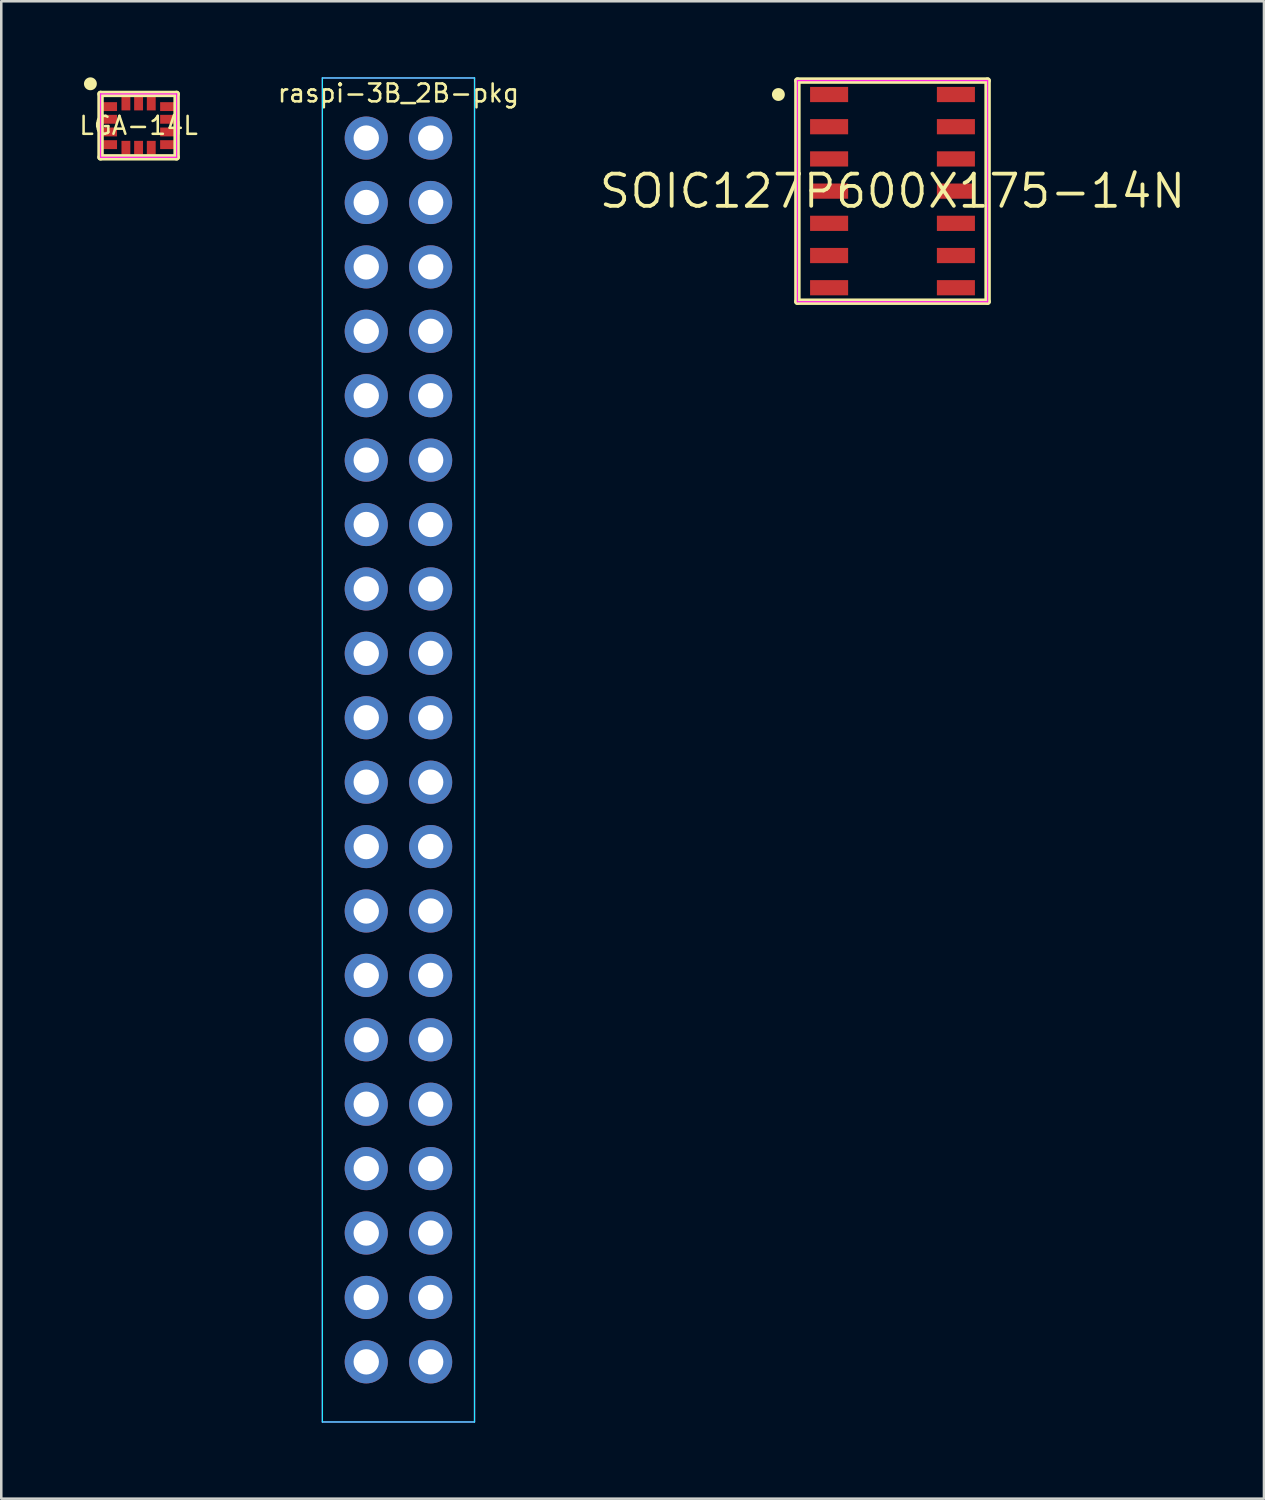
<source format=kicad_pcb>
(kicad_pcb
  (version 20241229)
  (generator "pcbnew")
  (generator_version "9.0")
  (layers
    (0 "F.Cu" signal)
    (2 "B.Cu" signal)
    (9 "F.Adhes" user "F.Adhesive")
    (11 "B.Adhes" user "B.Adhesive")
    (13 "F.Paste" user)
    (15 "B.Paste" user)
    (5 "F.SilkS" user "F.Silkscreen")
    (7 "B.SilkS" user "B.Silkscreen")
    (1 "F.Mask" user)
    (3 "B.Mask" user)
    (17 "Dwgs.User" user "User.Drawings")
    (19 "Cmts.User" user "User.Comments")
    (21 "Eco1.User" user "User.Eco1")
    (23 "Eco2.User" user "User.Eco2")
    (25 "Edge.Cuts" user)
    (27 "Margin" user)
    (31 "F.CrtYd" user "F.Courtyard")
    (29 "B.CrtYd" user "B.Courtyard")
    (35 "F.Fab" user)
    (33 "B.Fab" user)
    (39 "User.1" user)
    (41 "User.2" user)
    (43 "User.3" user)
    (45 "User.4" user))
  (footprint "LGA-14L"
    (layer "F.Cu")
    (at 2.415 1.904)
    (property "Reference" "LGA-14L" (at 0 0 0) (layer "F.SilkS") (effects (font (size 0.706 0.706) (thickness 0.1))))
    (attr through_hole)
    (fp_line (start -1.5 -1.25) (end -1.5 1.25) (stroke (width 0.254) (type solid)) (layer "F.SilkS"))
    (fp_line (start -1.5 1.25) (end 1.5 1.25) (stroke (width 0.254) (type solid)) (layer "F.SilkS"))
    (fp_line (start 1.5 -1.25) (end -1.5 -1.25) (stroke (width 0.254) (type solid)) (layer "F.SilkS"))
    (fp_line (start 1.5 1.25) (end 1.5 -1.25) (stroke (width 0.254) (type solid)) (layer "F.SilkS"))
    (fp_poly (pts (xy -1.646 -1.65) (xy -1.651 -1.7) (xy -1.665 -1.747) (xy -1.689 -1.791) (xy -1.72 -1.83) (xy -1.759 -1.861) (xy -1.803 -1.885) (xy -1.85 -1.899) (xy -1.9 -1.904) (xy -1.95 -1.899) (xy -1.997 -1.885) (xy -2.041 -1.861) (xy -2.08 -1.83) (xy -2.111 -1.791) (xy -2.135 -1.747) (xy -2.149 -1.7) (xy -2.154 -1.65) (xy -2.149 -1.6) (xy -2.135 -1.553) (xy -2.111 -1.509) (xy -2.08 -1.47) (xy -2.041 -1.439) (xy -1.997 -1.415) (xy -1.95 -1.401) (xy -1.9 -1.396) (xy -1.85 -1.401) (xy -1.803 -1.415) (xy -1.759 -1.439) (xy -1.72 -1.47) (xy -1.689 -1.509) (xy -1.665 -1.553) (xy -1.651 -1.6)) (stroke (width 0) (type solid)) (fill yes) (layer "F.SilkS"))
    (fp_line (start -1.5 -1.25) (end -1.5 1.25) (stroke (width 0.05) (type solid)) (layer "F.CrtYd"))
    (fp_line (start -1.5 1.25) (end 1.5 1.25) (stroke (width 0.05) (type solid)) (layer "F.CrtYd"))
    (fp_line (start 1.5 -1.25) (end -1.5 -1.25) (stroke (width 0.05) (type solid)) (layer "F.CrtYd"))
    (fp_line (start 1.5 1.25) (end 1.5 -1.25) (stroke (width 0.05) (type solid)) (layer "F.CrtYd"))
    (pad "1" smd rect (at -1.125 -0.75 270) (size 0.35 0.55) (layers "F.Cu" "F.Mask" "F.Paste"))
    (pad "2" smd rect (at -1.125 -0.25 270) (size 0.35 0.55) (layers "F.Cu" "F.Mask" "F.Paste"))
    (pad "3" smd rect (at -1.125 0.25 270) (size 0.35 0.55) (layers "F.Cu" "F.Mask" "F.Paste"))
    (pad "4" smd rect (at -1.125 0.75 270) (size 0.35 0.55) (layers "F.Cu" "F.Mask" "F.Paste"))
    (pad "5" smd rect (at -0.5 0.875) (size 0.35 0.55) (layers "F.Cu" "F.Mask" "F.Paste"))
    (pad "6" smd rect (at 0 0.875) (size 0.35 0.55) (layers "F.Cu" "F.Mask" "F.Paste"))
    (pad "7" smd rect (at 0.5 0.875) (size 0.35 0.55) (layers "F.Cu" "F.Mask" "F.Paste"))
    (pad "8" smd rect (at 1.125 0.75 90) (size 0.35 0.55) (layers "F.Cu" "F.Mask" "F.Paste"))
    (pad "9" smd rect (at 1.125 0.25 90) (size 0.35 0.55) (layers "F.Cu" "F.Mask" "F.Paste"))
    (pad "10" smd rect (at 1.125 -0.25 90) (size 0.35 0.55) (layers "F.Cu" "F.Mask" "F.Paste"))
    (pad "11" smd rect (at 1.125 -0.75 90) (size 0.35 0.55) (layers "F.Cu" "F.Mask" "F.Paste"))
    (pad "12" smd rect (at 0.5 -0.875 180) (size 0.35 0.55) (layers "F.Cu" "F.Mask" "F.Paste"))
    (pad "13" smd rect (at 0 -0.875 180) (size 0.35 0.55) (layers "F.Cu" "F.Mask" "F.Paste"))
    (pad "14" smd rect (at -0.5 -0.875 180) (size 0.35 0.55) (layers "F.Cu" "F.Mask" "F.Paste")))
  (footprint "raspi-3B_2B-pkg"
    (layer "F.Cu")
    (at 12.663 26.525)
    (property "Reference" "raspi-3B_2B-pkg" (at 0 -25.9 0) (layer "F.SilkS") (effects (font (size 0.706 0.706) (thickness 0.1))))
    (attr through_hole)
    (fp_line (start -3 -26.5) (end -3 26.5) (stroke (width 0.05) (type solid)) (layer "B.CrtYd"))
    (fp_line (start -3 26.5) (end 3 26.5) (stroke (width 0.05) (type solid)) (layer "B.CrtYd"))
    (fp_line (start 3 -26.5) (end -3 -26.5) (stroke (width 0.05) (type solid)) (layer "B.CrtYd"))
    (fp_line (start 3 26.5) (end 3 -26.5) (stroke (width 0.05) (type solid)) (layer "B.CrtYd"))
    (fp_line (start -3 -26.5) (end -3 26.5) (stroke (width 0.05) (type solid)) (layer "F.CrtYd"))
    (fp_line (start -3 26.5) (end 3 26.5) (stroke (width 0.05) (type solid)) (layer "F.CrtYd"))
    (fp_line (start 3 -26.5) (end -3 -26.5) (stroke (width 0.05) (type solid)) (layer "F.CrtYd"))
    (fp_line (start 3 26.5) (end 3 -26.5) (stroke (width 0.05) (type solid)) (layer "F.CrtYd"))
    (pad "1" thru_hole circle (at -1.27 -24.13) (size 1.7 1.7) (drill 1) (layers "*.Cu" "*.Mask"))
    (pad "2" thru_hole circle (at 1.27 -24.13) (size 1.7 1.7) (drill 1) (layers "*.Cu" "*.Mask"))
    (pad "3" thru_hole circle (at -1.27 -21.59) (size 1.7 1.7) (drill 1) (layers "*.Cu" "*.Mask"))
    (pad "4" thru_hole circle (at 1.27 -21.59) (size 1.7 1.7) (drill 1) (layers "*.Cu" "*.Mask"))
    (pad "5" thru_hole circle (at -1.27 -19.05) (size 1.7 1.7) (drill 1) (layers "*.Cu" "*.Mask"))
    (pad "6" thru_hole circle (at 1.27 -19.05) (size 1.7 1.7) (drill 1) (layers "*.Cu" "*.Mask"))
    (pad "7" thru_hole circle (at -1.27 -16.51) (size 1.7 1.7) (drill 1) (layers "*.Cu" "*.Mask"))
    (pad "8" thru_hole circle (at 1.27 -16.51) (size 1.7 1.7) (drill 1) (layers "*.Cu" "*.Mask"))
    (pad "9" thru_hole circle (at -1.27 -13.97) (size 1.7 1.7) (drill 1) (layers "*.Cu" "*.Mask"))
    (pad "10" thru_hole circle (at 1.27 -13.97) (size 1.7 1.7) (drill 1) (layers "*.Cu" "*.Mask"))
    (pad "11" thru_hole circle (at -1.27 -11.43) (size 1.7 1.7) (drill 1) (layers "*.Cu" "*.Mask"))
    (pad "12" thru_hole circle (at 1.27 -11.43) (size 1.7 1.7) (drill 1) (layers "*.Cu" "*.Mask"))
    (pad "13" thru_hole circle (at -1.27 -8.89) (size 1.7 1.7) (drill 1) (layers "*.Cu" "*.Mask"))
    (pad "14" thru_hole circle (at 1.27 -8.89) (size 1.7 1.7) (drill 1) (layers "*.Cu" "*.Mask"))
    (pad "15" thru_hole circle (at -1.27 -6.35) (size 1.7 1.7) (drill 1) (layers "*.Cu" "*.Mask"))
    (pad "16" thru_hole circle (at 1.27 -6.35) (size 1.7 1.7) (drill 1) (layers "*.Cu" "*.Mask"))
    (pad "17" thru_hole circle (at -1.27 -3.81) (size 1.7 1.7) (drill 1) (layers "*.Cu" "*.Mask"))
    (pad "18" thru_hole circle (at 1.27 -3.81) (size 1.7 1.7) (drill 1) (layers "*.Cu" "*.Mask"))
    (pad "19" thru_hole circle (at -1.27 -1.27) (size 1.7 1.7) (drill 1) (layers "*.Cu" "*.Mask"))
    (pad "20" thru_hole circle (at 1.27 -1.27) (size 1.7 1.7) (drill 1) (layers "*.Cu" "*.Mask"))
    (pad "21" thru_hole circle (at -1.27 1.27) (size 1.7 1.7) (drill 1) (layers "*.Cu" "*.Mask"))
    (pad "22" thru_hole circle (at 1.27 1.27) (size 1.7 1.7) (drill 1) (layers "*.Cu" "*.Mask"))
    (pad "23" thru_hole circle (at -1.27 3.81) (size 1.7 1.7) (drill 1) (layers "*.Cu" "*.Mask"))
    (pad "24" thru_hole circle (at 1.27 3.81) (size 1.7 1.7) (drill 1) (layers "*.Cu" "*.Mask"))
    (pad "25" thru_hole circle (at -1.27 6.35) (size 1.7 1.7) (drill 1) (layers "*.Cu" "*.Mask"))
    (pad "26" thru_hole circle (at 1.27 6.35) (size 1.7 1.7) (drill 1) (layers "*.Cu" "*.Mask"))
    (pad "27" thru_hole circle (at -1.27 8.89) (size 1.7 1.7) (drill 1) (layers "*.Cu" "*.Mask"))
    (pad "28" thru_hole circle (at 1.27 8.89) (size 1.7 1.7) (drill 1) (layers "*.Cu" "*.Mask"))
    (pad "29" thru_hole circle (at -1.27 11.43) (size 1.7 1.7) (drill 1) (layers "*.Cu" "*.Mask"))
    (pad "30" thru_hole circle (at 1.27 11.43) (size 1.7 1.7) (drill 1) (layers "*.Cu" "*.Mask"))
    (pad "31" thru_hole circle (at -1.27 13.97) (size 1.7 1.7) (drill 1) (layers "*.Cu" "*.Mask"))
    (pad "32" thru_hole circle (at 1.27 13.97) (size 1.7 1.7) (drill 1) (layers "*.Cu" "*.Mask"))
    (pad "33" thru_hole circle (at -1.27 16.51) (size 1.7 1.7) (drill 1) (layers "*.Cu" "*.Mask"))
    (pad "34" thru_hole circle (at 1.27 16.51) (size 1.7 1.7) (drill 1) (layers "*.Cu" "*.Mask"))
    (pad "35" thru_hole circle (at -1.27 19.05) (size 1.7 1.7) (drill 1) (layers "*.Cu" "*.Mask"))
    (pad "36" thru_hole circle (at 1.27 19.05) (size 1.7 1.7) (drill 1) (layers "*.Cu" "*.Mask"))
    (pad "37" thru_hole circle (at -1.27 21.59) (size 1.7 1.7) (drill 1) (layers "*.Cu" "*.Mask"))
    (pad "38" thru_hole circle (at 1.27 21.59) (size 1.7 1.7) (drill 1) (layers "*.Cu" "*.Mask"))
    (pad "39" thru_hole circle (at -1.27 24.13) (size 1.7 1.7) (drill 1) (layers "*.Cu" "*.Mask"))
    (pad "40" thru_hole circle (at 1.27 24.13) (size 1.7 1.7) (drill 1) (layers "*.Cu" "*.Mask")))
  (footprint "SOIC127P600X175-14N"
    (layer "F.Cu")
    (at 32.146 4.487)
    (property "Reference" "SOIC127P600X175-14N" (at 0 0 0) (layer "F.SilkS") (effects (font (size 1.27 1.27) (thickness 0.15))))
    (attr through_hole)
    (fp_line (start -3.75 -4.36) (end -3.75 4.36) (stroke (width 0.254) (type solid)) (layer "F.SilkS"))
    (fp_line (start -3.75 4.36) (end 3.75 4.36) (stroke (width 0.254) (type solid)) (layer "F.SilkS"))
    (fp_line (start 3.75 -4.36) (end -3.75 -4.36) (stroke (width 0.254) (type solid)) (layer "F.SilkS"))
    (fp_line (start 3.75 4.36) (end 3.75 -4.36) (stroke (width 0.254) (type solid)) (layer "F.SilkS"))
    (fp_poly (pts (xy -4.246 -3.81) (xy -4.251 -3.86) (xy -4.265 -3.907) (xy -4.289 -3.951) (xy -4.32 -3.99) (xy -4.359 -4.021) (xy -4.403 -4.045) (xy -4.45 -4.059) (xy -4.5 -4.064) (xy -4.55 -4.059) (xy -4.597 -4.045) (xy -4.641 -4.021) (xy -4.68 -3.99) (xy -4.711 -3.951) (xy -4.735 -3.907) (xy -4.749 -3.86) (xy -4.754 -3.81) (xy -4.749 -3.76) (xy -4.735 -3.713) (xy -4.711 -3.669) (xy -4.68 -3.63) (xy -4.641 -3.599) (xy -4.597 -3.575) (xy -4.55 -3.561) (xy -4.5 -3.556) (xy -4.45 -3.561) (xy -4.403 -3.575) (xy -4.359 -3.599) (xy -4.32 -3.63) (xy -4.289 -3.669) (xy -4.265 -3.713) (xy -4.251 -3.76)) (stroke (width 0) (type solid)) (fill yes) (layer "F.SilkS"))
    (fp_line (start -3.75 -4.36) (end -3.75 4.36) (stroke (width 0.05) (type solid)) (layer "F.CrtYd"))
    (fp_line (start -3.75 4.36) (end 3.75 4.36) (stroke (width 0.05) (type solid)) (layer "F.CrtYd"))
    (fp_line (start 3.75 -4.36) (end -3.75 -4.36) (stroke (width 0.05) (type solid)) (layer "F.CrtYd"))
    (fp_line (start 3.75 4.36) (end 3.75 -4.36) (stroke (width 0.05) (type solid)) (layer "F.CrtYd"))
    (pad "1" smd rect (at -2.5 -3.81 270) (size 0.6 1.5) (layers "F.Cu" "F.Mask" "F.Paste"))
    (pad "2" smd rect (at -2.5 -2.54 270) (size 0.6 1.5) (layers "F.Cu" "F.Mask" "F.Paste"))
    (pad "3" smd rect (at -2.5 -1.27 270) (size 0.6 1.5) (layers "F.Cu" "F.Mask" "F.Paste"))
    (pad "4" smd rect (at -2.5 0 270) (size 0.6 1.5) (layers "F.Cu" "F.Mask" "F.Paste"))
    (pad "5" smd rect (at -2.5 1.27 270) (size 0.6 1.5) (layers "F.Cu" "F.Mask" "F.Paste"))
    (pad "6" smd rect (at -2.5 2.54 270) (size 0.6 1.5) (layers "F.Cu" "F.Mask" "F.Paste"))
    (pad "7" smd rect (at -2.5 3.81 270) (size 0.6 1.5) (layers "F.Cu" "F.Mask" "F.Paste"))
    (pad "8" smd rect (at 2.5 3.81 90) (size 0.6 1.5) (layers "F.Cu" "F.Mask" "F.Paste"))
    (pad "9" smd rect (at 2.5 2.54 90) (size 0.6 1.5) (layers "F.Cu" "F.Mask" "F.Paste"))
    (pad "10" smd rect (at 2.5 1.27 90) (size 0.6 1.5) (layers "F.Cu" "F.Mask" "F.Paste"))
    (pad "11" smd rect (at 2.5 0 90) (size 0.6 1.5) (layers "F.Cu" "F.Mask" "F.Paste"))
    (pad "12" smd rect (at 2.5 -1.27 90) (size 0.6 1.5) (layers "F.Cu" "F.Mask" "F.Paste"))
    (pad "13" smd rect (at 2.5 -2.54 90) (size 0.6 1.5) (layers "F.Cu" "F.Mask" "F.Paste"))
    (pad "14" smd rect (at 2.5 -3.81 90) (size 0.6 1.5) (layers "F.Cu" "F.Mask" "F.Paste")))
  (gr_rect
    (start -3 -3)
    (end 46.795 56.05)
    (stroke (width 0.1) (type default))
    (fill no)
    (layer "Edge.Cuts")))
</source>
